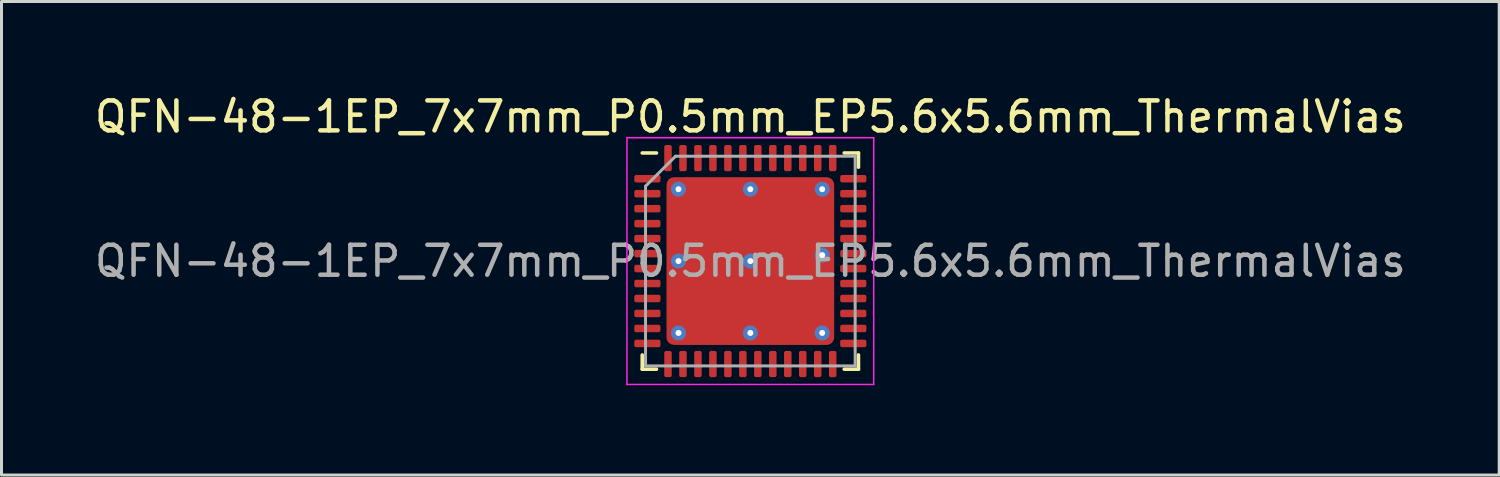
<source format=kicad_pcb>
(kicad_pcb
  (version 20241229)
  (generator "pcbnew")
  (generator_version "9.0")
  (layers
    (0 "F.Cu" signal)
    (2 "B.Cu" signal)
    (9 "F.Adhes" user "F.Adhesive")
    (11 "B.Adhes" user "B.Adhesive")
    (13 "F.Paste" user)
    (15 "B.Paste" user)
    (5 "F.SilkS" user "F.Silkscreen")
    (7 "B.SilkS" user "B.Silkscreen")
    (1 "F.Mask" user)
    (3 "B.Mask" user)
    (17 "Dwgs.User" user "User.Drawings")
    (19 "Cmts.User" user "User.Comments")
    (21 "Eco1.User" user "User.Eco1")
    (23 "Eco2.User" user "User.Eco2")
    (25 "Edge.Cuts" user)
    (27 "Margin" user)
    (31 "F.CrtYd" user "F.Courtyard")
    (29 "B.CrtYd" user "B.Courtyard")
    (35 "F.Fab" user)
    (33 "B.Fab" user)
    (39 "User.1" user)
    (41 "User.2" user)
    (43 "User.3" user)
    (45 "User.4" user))
  (footprint "QFN-48-1EP_7x7mm_P0.5mm_EP5.6x5.6mm_ThermalVias"
    (layer "F.Cu")
    (at 22.006 5.668)
    (property "Reference" "QFN-48-1EP_7x7mm_P0.5mm_EP5.6x5.6mm_ThermalVias" (at 0 -4.82 0) (layer "F.SilkS") (effects (font (size 1 1) (thickness 0.15))))
    (attr smd)
    (fp_line (start -3.61 3.61) (end -3.61 3.135) (stroke (width 0.12) (type solid)) (layer "F.SilkS"))
    (fp_line (start -3.135 -3.61) (end -3.61 -3.61) (stroke (width 0.12) (type solid)) (layer "F.SilkS"))
    (fp_line (start -3.135 3.61) (end -3.61 3.61) (stroke (width 0.12) (type solid)) (layer "F.SilkS"))
    (fp_line (start 3.135 -3.61) (end 3.61 -3.61) (stroke (width 0.12) (type solid)) (layer "F.SilkS"))
    (fp_line (start 3.135 3.61) (end 3.61 3.61) (stroke (width 0.12) (type solid)) (layer "F.SilkS"))
    (fp_line (start 3.61 -3.61) (end 3.61 -3.135) (stroke (width 0.12) (type solid)) (layer "F.SilkS"))
    (fp_line (start 3.61 3.61) (end 3.61 3.135) (stroke (width 0.12) (type solid)) (layer "F.SilkS"))
    (fp_line (start -4.12 -4.12) (end -4.12 4.12) (stroke (width 0.05) (type solid)) (layer "F.CrtYd"))
    (fp_line (start -4.12 4.12) (end 4.12 4.12) (stroke (width 0.05) (type solid)) (layer "F.CrtYd"))
    (fp_line (start 4.12 -4.12) (end -4.12 -4.12) (stroke (width 0.05) (type solid)) (layer "F.CrtYd"))
    (fp_line (start 4.12 4.12) (end 4.12 -4.12) (stroke (width 0.05) (type solid)) (layer "F.CrtYd"))
    (fp_line (start -3.5 -2.5) (end -2.5 -3.5) (stroke (width 0.1) (type solid)) (layer "F.Fab"))
    (fp_line (start -3.5 3.5) (end -3.5 -2.5) (stroke (width 0.1) (type solid)) (layer "F.Fab"))
    (fp_line (start -2.5 -3.5) (end 3.5 -3.5) (stroke (width 0.1) (type solid)) (layer "F.Fab"))
    (fp_line (start 3.5 -3.5) (end 3.5 3.5) (stroke (width 0.1) (type solid)) (layer "F.Fab"))
    (fp_line (start 3.5 3.5) (end -3.5 3.5) (stroke (width 0.1) (type solid)) (layer "F.Fab"))
    (fp_text user "${REFERENCE}" (at 0 0 0) (layer "F.Fab") (effects (font (size 1 1) (thickness 0.15))))
    (pad "" smd roundrect (at -1.913 -1.913) (size 1.084 1.084) (layers "F.Paste") (roundrect_rratio 0.231))
    (pad "" smd roundrect (at -1.913 -0.637) (size 1.084 1.084) (layers "F.Paste") (roundrect_rratio 0.231))
    (pad "" smd roundrect (at -1.913 0.637) (size 1.084 1.084) (layers "F.Paste") (roundrect_rratio 0.231))
    (pad "" smd roundrect (at -1.913 1.913) (size 1.084 1.084) (layers "F.Paste") (roundrect_rratio 0.231))
    (pad "" smd roundrect (at -0.637 -1.913) (size 1.084 1.084) (layers "F.Paste") (roundrect_rratio 0.231))
    (pad "" smd roundrect (at -0.637 -0.637) (size 1.084 1.084) (layers "F.Paste") (roundrect_rratio 0.231))
    (pad "" smd roundrect (at -0.637 0.637) (size 1.084 1.084) (layers "F.Paste") (roundrect_rratio 0.231))
    (pad "" smd roundrect (at -0.637 1.913) (size 1.084 1.084) (layers "F.Paste") (roundrect_rratio 0.231))
    (pad "" smd roundrect (at 0.637 -1.913) (size 1.084 1.084) (layers "F.Paste") (roundrect_rratio 0.231))
    (pad "" smd roundrect (at 0.637 -0.637) (size 1.084 1.084) (layers "F.Paste") (roundrect_rratio 0.231))
    (pad "" smd roundrect (at 0.637 0.637) (size 1.084 1.084) (layers "F.Paste") (roundrect_rratio 0.231))
    (pad "" smd roundrect (at 0.637 1.913) (size 1.084 1.084) (layers "F.Paste") (roundrect_rratio 0.231))
    (pad "" smd roundrect (at 1.913 -1.913) (size 1.084 1.084) (layers "F.Paste") (roundrect_rratio 0.231))
    (pad "" smd roundrect (at 1.913 -0.637) (size 1.084 1.084) (layers "F.Paste") (roundrect_rratio 0.231))
    (pad "" smd roundrect (at 1.913 0.637) (size 1.084 1.084) (layers "F.Paste") (roundrect_rratio 0.231))
    (pad "" smd roundrect (at 1.913 1.913) (size 1.084 1.084) (layers "F.Paste") (roundrect_rratio 0.231))
    (pad "1" smd roundrect (at -3.438 -2.75) (size 0.875 0.25) (layers "F.Cu" "F.Mask" "F.Paste") (roundrect_rratio 0.25))
    (pad "2" smd roundrect (at -3.438 -2.25) (size 0.875 0.25) (layers "F.Cu" "F.Mask" "F.Paste") (roundrect_rratio 0.25))
    (pad "3" smd roundrect (at -3.438 -1.75) (size 0.875 0.25) (layers "F.Cu" "F.Mask" "F.Paste") (roundrect_rratio 0.25))
    (pad "4" smd roundrect (at -3.438 -1.25) (size 0.875 0.25) (layers "F.Cu" "F.Mask" "F.Paste") (roundrect_rratio 0.25))
    (pad "5" smd roundrect (at -3.438 -0.75) (size 0.875 0.25) (layers "F.Cu" "F.Mask" "F.Paste") (roundrect_rratio 0.25))
    (pad "6" smd roundrect (at -3.438 -0.25) (size 0.875 0.25) (layers "F.Cu" "F.Mask" "F.Paste") (roundrect_rratio 0.25))
    (pad "7" smd roundrect (at -3.438 0.25) (size 0.875 0.25) (layers "F.Cu" "F.Mask" "F.Paste") (roundrect_rratio 0.25))
    (pad "8" smd roundrect (at -3.438 0.75) (size 0.875 0.25) (layers "F.Cu" "F.Mask" "F.Paste") (roundrect_rratio 0.25))
    (pad "9" smd roundrect (at -3.438 1.25) (size 0.875 0.25) (layers "F.Cu" "F.Mask" "F.Paste") (roundrect_rratio 0.25))
    (pad "10" smd roundrect (at -3.438 1.75) (size 0.875 0.25) (layers "F.Cu" "F.Mask" "F.Paste") (roundrect_rratio 0.25))
    (pad "11" smd roundrect (at -3.438 2.25) (size 0.875 0.25) (layers "F.Cu" "F.Mask" "F.Paste") (roundrect_rratio 0.25))
    (pad "12" smd roundrect (at -3.438 2.75) (size 0.875 0.25) (layers "F.Cu" "F.Mask" "F.Paste") (roundrect_rratio 0.25))
    (pad "13" smd roundrect (at -2.75 3.438) (size 0.25 0.875) (layers "F.Cu" "F.Mask" "F.Paste") (roundrect_rratio 0.25))
    (pad "14" smd roundrect (at -2.25 3.438) (size 0.25 0.875) (layers "F.Cu" "F.Mask" "F.Paste") (roundrect_rratio 0.25))
    (pad "15" smd roundrect (at -1.75 3.438) (size 0.25 0.875) (layers "F.Cu" "F.Mask" "F.Paste") (roundrect_rratio 0.25))
    (pad "16" smd roundrect (at -1.25 3.438) (size 0.25 0.875) (layers "F.Cu" "F.Mask" "F.Paste") (roundrect_rratio 0.25))
    (pad "17" smd roundrect (at -0.75 3.438) (size 0.25 0.875) (layers "F.Cu" "F.Mask" "F.Paste") (roundrect_rratio 0.25))
    (pad "18" smd roundrect (at -0.25 3.438) (size 0.25 0.875) (layers "F.Cu" "F.Mask" "F.Paste") (roundrect_rratio 0.25))
    (pad "19" smd roundrect (at 0.25 3.438) (size 0.25 0.875) (layers "F.Cu" "F.Mask" "F.Paste") (roundrect_rratio 0.25))
    (pad "20" smd roundrect (at 0.75 3.438) (size 0.25 0.875) (layers "F.Cu" "F.Mask" "F.Paste") (roundrect_rratio 0.25))
    (pad "21" smd roundrect (at 1.25 3.438) (size 0.25 0.875) (layers "F.Cu" "F.Mask" "F.Paste") (roundrect_rratio 0.25))
    (pad "22" smd roundrect (at 1.75 3.438) (size 0.25 0.875) (layers "F.Cu" "F.Mask" "F.Paste") (roundrect_rratio 0.25))
    (pad "23" smd roundrect (at 2.25 3.438) (size 0.25 0.875) (layers "F.Cu" "F.Mask" "F.Paste") (roundrect_rratio 0.25))
    (pad "24" smd roundrect (at 2.75 3.438) (size 0.25 0.875) (layers "F.Cu" "F.Mask" "F.Paste") (roundrect_rratio 0.25))
    (pad "25" smd roundrect (at 3.438 2.75) (size 0.875 0.25) (layers "F.Cu" "F.Mask" "F.Paste") (roundrect_rratio 0.25))
    (pad "26" smd roundrect (at 3.438 2.25) (size 0.875 0.25) (layers "F.Cu" "F.Mask" "F.Paste") (roundrect_rratio 0.25))
    (pad "27" smd roundrect (at 3.438 1.75) (size 0.875 0.25) (layers "F.Cu" "F.Mask" "F.Paste") (roundrect_rratio 0.25))
    (pad "28" smd roundrect (at 3.438 1.25) (size 0.875 0.25) (layers "F.Cu" "F.Mask" "F.Paste") (roundrect_rratio 0.25))
    (pad "29" smd roundrect (at 3.438 0.75) (size 0.875 0.25) (layers "F.Cu" "F.Mask" "F.Paste") (roundrect_rratio 0.25))
    (pad "30" smd roundrect (at 3.438 0.25) (size 0.875 0.25) (layers "F.Cu" "F.Mask" "F.Paste") (roundrect_rratio 0.25))
    (pad "31" smd roundrect (at 3.438 -0.25) (size 0.875 0.25) (layers "F.Cu" "F.Mask" "F.Paste") (roundrect_rratio 0.25))
    (pad "32" smd roundrect (at 3.438 -0.75) (size 0.875 0.25) (layers "F.Cu" "F.Mask" "F.Paste") (roundrect_rratio 0.25))
    (pad "33" smd roundrect (at 3.438 -1.25) (size 0.875 0.25) (layers "F.Cu" "F.Mask" "F.Paste") (roundrect_rratio 0.25))
    (pad "34" smd roundrect (at 3.438 -1.75) (size 0.875 0.25) (layers "F.Cu" "F.Mask" "F.Paste") (roundrect_rratio 0.25))
    (pad "35" smd roundrect (at 3.438 -2.25) (size 0.875 0.25) (layers "F.Cu" "F.Mask" "F.Paste") (roundrect_rratio 0.25))
    (pad "36" smd roundrect (at 3.438 -2.75) (size 0.875 0.25) (layers "F.Cu" "F.Mask" "F.Paste") (roundrect_rratio 0.25))
    (pad "37" smd roundrect (at 2.75 -3.438) (size 0.25 0.875) (layers "F.Cu" "F.Mask" "F.Paste") (roundrect_rratio 0.25))
    (pad "38" smd roundrect (at 2.25 -3.438) (size 0.25 0.875) (layers "F.Cu" "F.Mask" "F.Paste") (roundrect_rratio 0.25))
    (pad "39" smd roundrect (at 1.75 -3.438) (size 0.25 0.875) (layers "F.Cu" "F.Mask" "F.Paste") (roundrect_rratio 0.25))
    (pad "40" smd roundrect (at 1.25 -3.438) (size 0.25 0.875) (layers "F.Cu" "F.Mask" "F.Paste") (roundrect_rratio 0.25))
    (pad "41" smd roundrect (at 0.75 -3.438) (size 0.25 0.875) (layers "F.Cu" "F.Mask" "F.Paste") (roundrect_rratio 0.25))
    (pad "42" smd roundrect (at 0.25 -3.438) (size 0.25 0.875) (layers "F.Cu" "F.Mask" "F.Paste") (roundrect_rratio 0.25))
    (pad "43" smd roundrect (at -0.25 -3.438) (size 0.25 0.875) (layers "F.Cu" "F.Mask" "F.Paste") (roundrect_rratio 0.25))
    (pad "44" smd roundrect (at -0.75 -3.438) (size 0.25 0.875) (layers "F.Cu" "F.Mask" "F.Paste") (roundrect_rratio 0.25))
    (pad "45" smd roundrect (at -1.25 -3.438) (size 0.25 0.875) (layers "F.Cu" "F.Mask" "F.Paste") (roundrect_rratio 0.25))
    (pad "46" smd roundrect (at -1.75 -3.438) (size 0.25 0.875) (layers "F.Cu" "F.Mask" "F.Paste") (roundrect_rratio 0.25))
    (pad "47" smd roundrect (at -2.25 -3.438) (size 0.25 0.875) (layers "F.Cu" "F.Mask" "F.Paste") (roundrect_rratio 0.25))
    (pad "48" smd roundrect (at -2.75 -3.438) (size 0.25 0.875) (layers "F.Cu" "F.Mask" "F.Paste") (roundrect_rratio 0.25))
    (pad "49" thru_hole circle (at -2.4 -2.4) (size 0.5 0.5) (drill 0.2) (layers "*.Cu"))
    (pad "49" thru_hole circle (at -2.4 0) (size 0.5 0.5) (drill 0.2) (layers "*.Cu"))
    (pad "49" thru_hole circle (at -2.4 2.4) (size 0.5 0.5) (drill 0.2) (layers "*.Cu"))
    (pad "49" thru_hole circle (at 0 -2.4) (size 0.5 0.5) (drill 0.2) (layers "*.Cu"))
    (pad "49" thru_hole circle (at 0 0) (size 0.5 0.5) (drill 0.2) (layers "*.Cu"))
    (pad "49" smd roundrect (at 0 0) (size 5.6 5.6) (layers "F.Cu" "F.Mask") (roundrect_rratio 0.045))
    (pad "49" thru_hole circle (at 0 2.4) (size 0.5 0.5) (drill 0.2) (layers "*.Cu"))
    (pad "49" thru_hole circle (at 2.4 -2.4) (size 0.5 0.5) (drill 0.2) (layers "*.Cu"))
    (pad "49" thru_hole circle (at 2.4 -0.2) (size 0.5 0.5) (drill 0.2) (layers "*.Cu"))
    (pad "49" thru_hole circle (at 2.4 2.4) (size 0.5 0.5) (drill 0.2) (layers "*.Cu")))
  (gr_rect
    (start -3 -3)
    (end 47.012 12.813)
    (stroke (width 0.1) (type default))
    (fill no)
    (layer "Edge.Cuts")))
</source>
